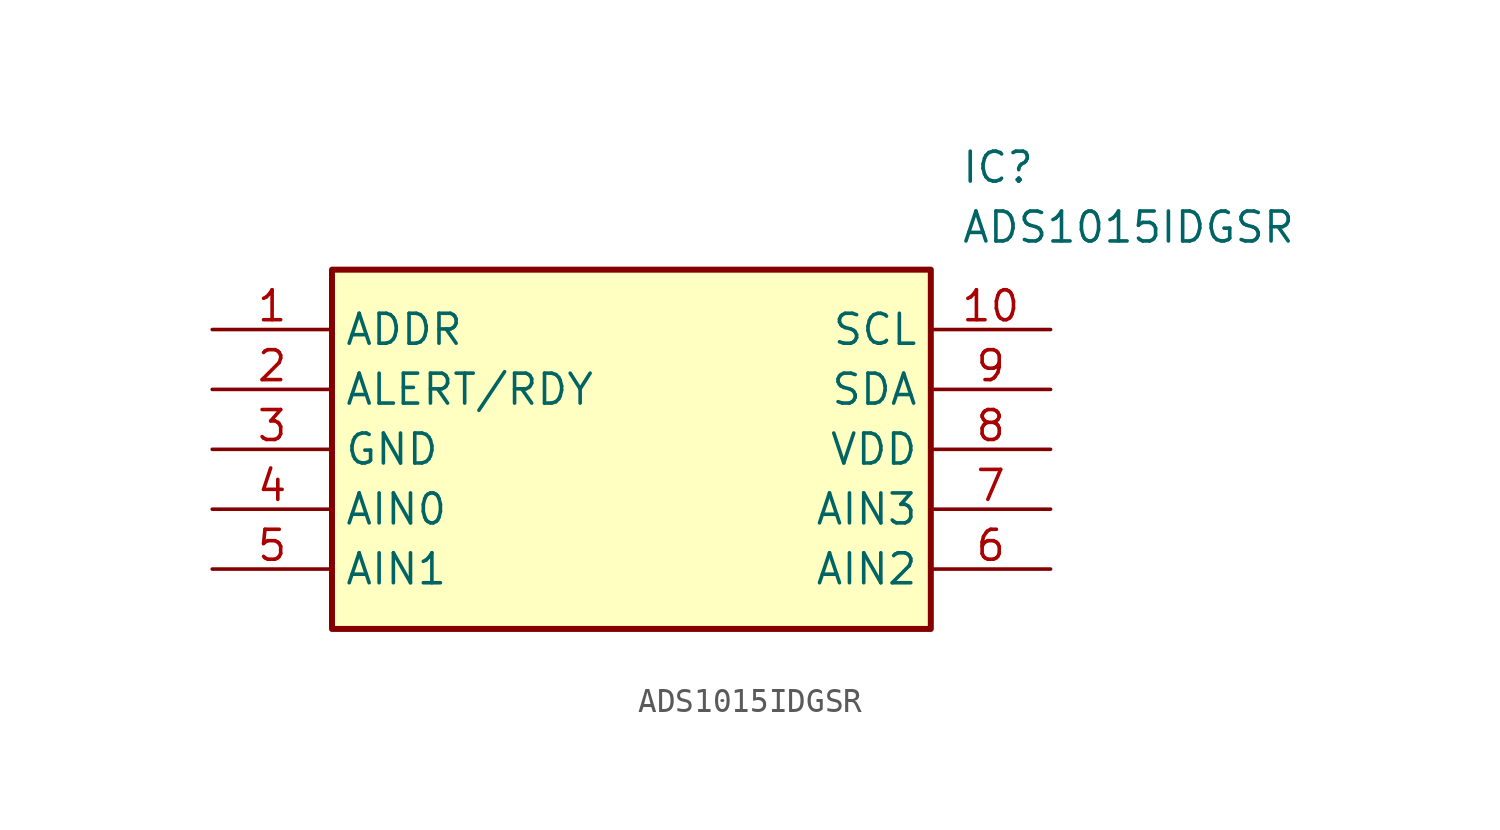
<source format=kicad_sym>
(kicad_symbol_lib
  (version 20211014)
  (generator SamacSys_ECAD_Model)
  (symbol "ADS1015IDGSR"
    (property "Reference" "IC"
      (at 31.75 7.62 0)
      (effects (font (size 1.27 1.27)) (justify left top)))
    (property "Value" "ADS1015IDGSR"
      (at 31.75 5.08 0)
      (effects (font (size 1.27 1.27)) (justify left top)))
    (rectangle
      (start 5.08 2.54)
      (end 30.48 -12.7)
      (stroke (width 0.254) (type default))
      (fill (type background)))
    (pin passive line
      (at 0 0 0)
      (length 5.08)
      (name "ADDR" (effects (font (size 1.27 1.27))))
      (number "1" (effects (font (size 1.27 1.27)))))
    (pin passive line
      (at 0 -2.54 0)
      (length 5.08)
      (name "ALERT/RDY" (effects (font (size 1.27 1.27))))
      (number "2" (effects (font (size 1.27 1.27)))))
    (pin passive line
      (at 0 -5.08 0)
      (length 5.08)
      (name "GND" (effects (font (size 1.27 1.27))))
      (number "3" (effects (font (size 1.27 1.27)))))
    (pin passive line
      (at 0 -7.62 0)
      (length 5.08)
      (name "AIN0" (effects (font (size 1.27 1.27))))
      (number "4" (effects (font (size 1.27 1.27)))))
    (pin passive line
      (at 0 -10.16 0)
      (length 5.08)
      (name "AIN1" (effects (font (size 1.27 1.27))))
      (number "5" (effects (font (size 1.27 1.27)))))
    (pin passive line
      (at 35.56 0 180)
      (length 5.08)
      (name "SCL" (effects (font (size 1.27 1.27))))
      (number "10" (effects (font (size 1.27 1.27)))))
    (pin passive line
      (at 35.56 -2.54 180)
      (length 5.08)
      (name "SDA" (effects (font (size 1.27 1.27))))
      (number "9" (effects (font (size 1.27 1.27)))))
    (pin passive line
      (at 35.56 -5.08 180)
      (length 5.08)
      (name "VDD" (effects (font (size 1.27 1.27))))
      (number "8" (effects (font (size 1.27 1.27)))))
    (pin passive line
      (at 35.56 -7.62 180)
      (length 5.08)
      (name "AIN3" (effects (font (size 1.27 1.27))))
      (number "7" (effects (font (size 1.27 1.27)))))
    (pin passive line
      (at 35.56 -10.16 180)
      (length 5.08)
      (name "AIN2" (effects (font (size 1.27 1.27))))
      (number "6" (effects (font (size 1.27 1.27)))))))
</source>
